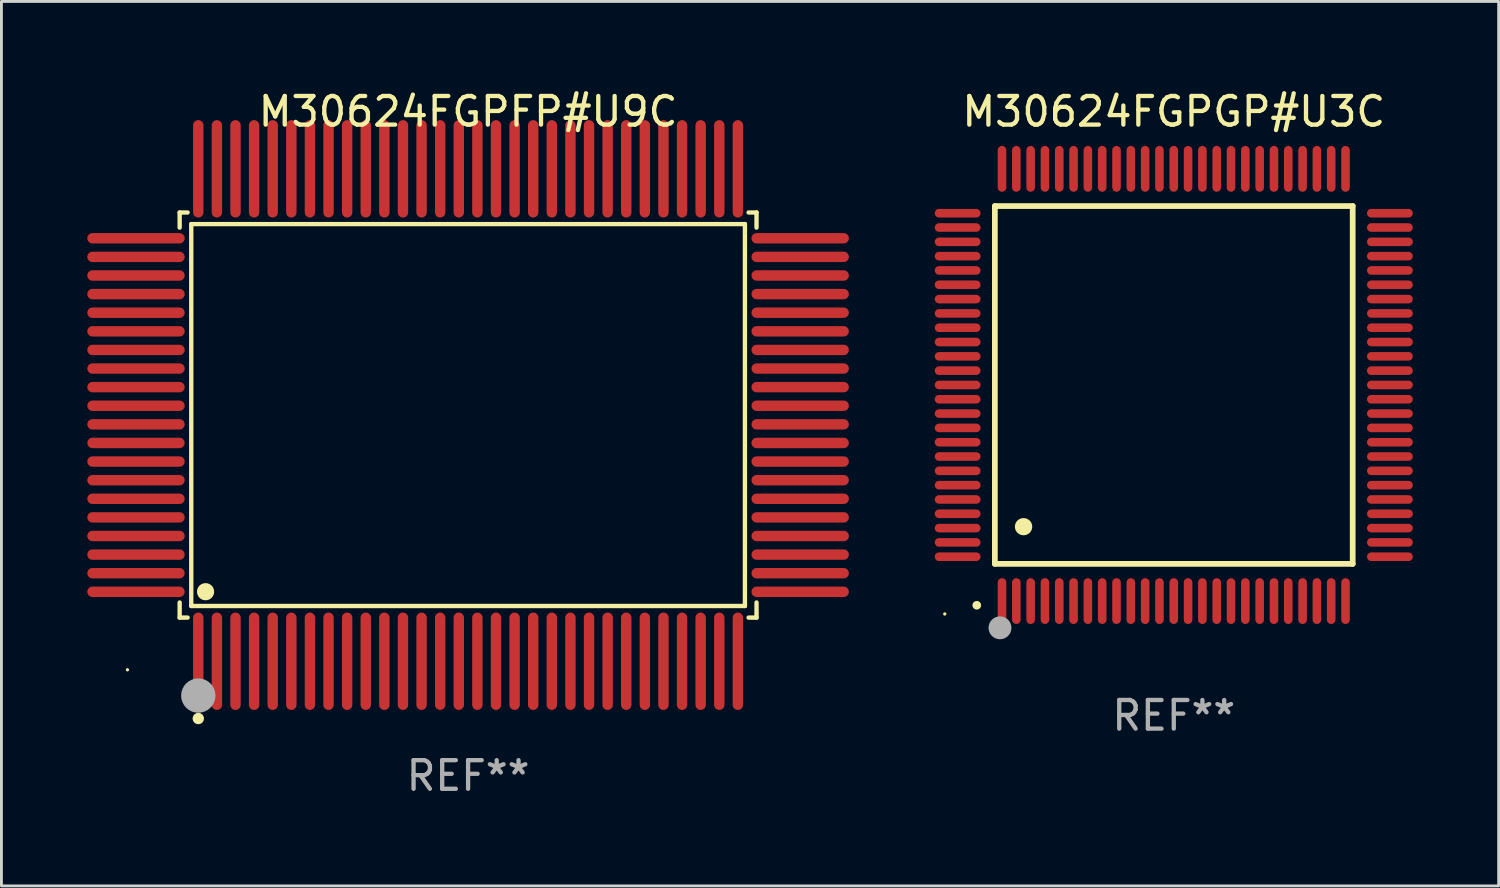
<source format=kicad_pcb>
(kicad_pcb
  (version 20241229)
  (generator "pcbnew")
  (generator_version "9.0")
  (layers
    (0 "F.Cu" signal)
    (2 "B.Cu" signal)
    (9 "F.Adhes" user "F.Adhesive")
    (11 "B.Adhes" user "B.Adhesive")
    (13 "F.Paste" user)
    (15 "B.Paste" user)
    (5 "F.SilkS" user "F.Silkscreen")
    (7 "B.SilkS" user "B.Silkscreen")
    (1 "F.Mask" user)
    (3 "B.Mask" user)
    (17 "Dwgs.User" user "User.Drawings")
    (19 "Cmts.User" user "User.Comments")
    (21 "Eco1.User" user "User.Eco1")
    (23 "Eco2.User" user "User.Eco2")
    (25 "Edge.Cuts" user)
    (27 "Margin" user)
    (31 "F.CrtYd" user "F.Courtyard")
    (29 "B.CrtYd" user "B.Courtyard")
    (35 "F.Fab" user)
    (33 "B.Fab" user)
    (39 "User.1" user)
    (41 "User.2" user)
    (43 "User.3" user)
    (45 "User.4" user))
  (footprint "M30624FGPGP#U3C"
    (layer "F.Cu")
    (at 37.954 10.398)
    (property "Reference" "M30624FGPGP#U3C" (at 0 -9.55 0) (layer "F.SilkS") (effects (font (size 1 1) (thickness 0.15))))
    (attr through_hole)
    (fp_line (start -6.25 -6.25) (end -6.25 6.25) (stroke (width 0.2) (type solid)) (layer "F.SilkS"))
    (fp_line (start -6.25 6.25) (end 6.25 6.25) (stroke (width 0.2) (type solid)) (layer "F.SilkS"))
    (fp_line (start 6.25 -6.25) (end -6.25 -6.25) (stroke (width 0.2) (type solid)) (layer "F.SilkS"))
    (fp_line (start 6.25 6.25) (end 6.25 -6.25) (stroke (width 0.2) (type solid)) (layer "F.SilkS"))
    (fp_arc (start -6.883414 7.696215) (mid -6.882144 7.69621) (end -6.880874 7.696215) (stroke (width 0.3) (type solid)) (layer "F.SilkS"))
    (fp_arc (start -5.250191 4.95047) (mid -5.247651 4.950459) (end -5.245111 4.95047) (stroke (width 0.6) (type solid)) (layer "F.SilkS"))
    (fp_circle (center -8 8) (end -7.97 8) (stroke (width 0.06) (type solid)) (fill no) (layer "F.SilkS"))
    (fp_circle (center -6.071 8.484) (end -5.871 8.484) (stroke (width 0.4) (type solid)) (fill no) (layer "F.Fab"))
    (fp_text user "REF**" (at 0 11.55 0) (layer "F.Fab") (effects (font (size 1 1) (thickness 0.15))))
    (pad "1" smd oval (at -6 7.55) (size 0.3 1.6) (layers "F.Cu" "F.Mask" "F.Paste"))
    (pad "2" smd oval (at -5.5 7.55) (size 0.3 1.6) (layers "F.Cu" "F.Mask" "F.Paste"))
    (pad "3" smd oval (at -5 7.55) (size 0.3 1.6) (layers "F.Cu" "F.Mask" "F.Paste"))
    (pad "4" smd oval (at -4.5 7.55) (size 0.3 1.6) (layers "F.Cu" "F.Mask" "F.Paste"))
    (pad "5" smd oval (at -4 7.55) (size 0.3 1.6) (layers "F.Cu" "F.Mask" "F.Paste"))
    (pad "6" smd oval (at -3.5 7.55) (size 0.3 1.6) (layers "F.Cu" "F.Mask" "F.Paste"))
    (pad "7" smd oval (at -3 7.55) (size 0.3 1.6) (layers "F.Cu" "F.Mask" "F.Paste"))
    (pad "8" smd oval (at -2.5 7.55) (size 0.3 1.6) (layers "F.Cu" "F.Mask" "F.Paste"))
    (pad "9" smd oval (at -2 7.55) (size 0.3 1.6) (layers "F.Cu" "F.Mask" "F.Paste"))
    (pad "10" smd oval (at -1.5 7.55) (size 0.3 1.6) (layers "F.Cu" "F.Mask" "F.Paste"))
    (pad "11" smd oval (at -1 7.55) (size 0.3 1.6) (layers "F.Cu" "F.Mask" "F.Paste"))
    (pad "12" smd oval (at -0.5 7.55) (size 0.3 1.6) (layers "F.Cu" "F.Mask" "F.Paste"))
    (pad "13" smd oval (at 0 7.55) (size 0.3 1.6) (layers "F.Cu" "F.Mask" "F.Paste"))
    (pad "14" smd oval (at 0.5 7.55) (size 0.3 1.6) (layers "F.Cu" "F.Mask" "F.Paste"))
    (pad "15" smd oval (at 1 7.55) (size 0.3 1.6) (layers "F.Cu" "F.Mask" "F.Paste"))
    (pad "16" smd oval (at 1.5 7.55) (size 0.3 1.6) (layers "F.Cu" "F.Mask" "F.Paste"))
    (pad "17" smd oval (at 2 7.55) (size 0.3 1.6) (layers "F.Cu" "F.Mask" "F.Paste"))
    (pad "18" smd oval (at 2.5 7.55) (size 0.3 1.6) (layers "F.Cu" "F.Mask" "F.Paste"))
    (pad "19" smd oval (at 3 7.55) (size 0.3 1.6) (layers "F.Cu" "F.Mask" "F.Paste"))
    (pad "20" smd oval (at 3.5 7.55) (size 0.3 1.6) (layers "F.Cu" "F.Mask" "F.Paste"))
    (pad "21" smd oval (at 4 7.55) (size 0.3 1.6) (layers "F.Cu" "F.Mask" "F.Paste"))
    (pad "22" smd oval (at 4.5 7.55) (size 0.3 1.6) (layers "F.Cu" "F.Mask" "F.Paste"))
    (pad "23" smd oval (at 5 7.55) (size 0.3 1.6) (layers "F.Cu" "F.Mask" "F.Paste"))
    (pad "24" smd oval (at 5.5 7.55) (size 0.3 1.6) (layers "F.Cu" "F.Mask" "F.Paste"))
    (pad "25" smd oval (at 6 7.55) (size 0.3 1.6) (layers "F.Cu" "F.Mask" "F.Paste"))
    (pad "26" smd oval (at 7.55 6) (size 1.6 0.3) (layers "F.Cu" "F.Mask" "F.Paste"))
    (pad "27" smd oval (at 7.55 5.5) (size 1.6 0.3) (layers "F.Cu" "F.Mask" "F.Paste"))
    (pad "28" smd oval (at 7.55 5) (size 1.6 0.3) (layers "F.Cu" "F.Mask" "F.Paste"))
    (pad "29" smd oval (at 7.55 4.5) (size 1.6 0.3) (layers "F.Cu" "F.Mask" "F.Paste"))
    (pad "30" smd oval (at 7.55 4) (size 1.6 0.3) (layers "F.Cu" "F.Mask" "F.Paste"))
    (pad "31" smd oval (at 7.55 3.5) (size 1.6 0.3) (layers "F.Cu" "F.Mask" "F.Paste"))
    (pad "32" smd oval (at 7.55 3) (size 1.6 0.3) (layers "F.Cu" "F.Mask" "F.Paste"))
    (pad "33" smd oval (at 7.55 2.5) (size 1.6 0.3) (layers "F.Cu" "F.Mask" "F.Paste"))
    (pad "34" smd oval (at 7.55 2) (size 1.6 0.3) (layers "F.Cu" "F.Mask" "F.Paste"))
    (pad "35" smd oval (at 7.55 1.5) (size 1.6 0.3) (layers "F.Cu" "F.Mask" "F.Paste"))
    (pad "36" smd oval (at 7.55 1) (size 1.6 0.3) (layers "F.Cu" "F.Mask" "F.Paste"))
    (pad "37" smd oval (at 7.55 0.5) (size 1.6 0.3) (layers "F.Cu" "F.Mask" "F.Paste"))
    (pad "38" smd oval (at 7.55 0) (size 1.6 0.3) (layers "F.Cu" "F.Mask" "F.Paste"))
    (pad "39" smd oval (at 7.55 -0.5) (size 1.6 0.3) (layers "F.Cu" "F.Mask" "F.Paste"))
    (pad "40" smd oval (at 7.55 -1) (size 1.6 0.3) (layers "F.Cu" "F.Mask" "F.Paste"))
    (pad "41" smd oval (at 7.55 -1.5) (size 1.6 0.3) (layers "F.Cu" "F.Mask" "F.Paste"))
    (pad "42" smd oval (at 7.55 -2) (size 1.6 0.3) (layers "F.Cu" "F.Mask" "F.Paste"))
    (pad "43" smd oval (at 7.55 -2.5) (size 1.6 0.3) (layers "F.Cu" "F.Mask" "F.Paste"))
    (pad "44" smd oval (at 7.55 -3) (size 1.6 0.3) (layers "F.Cu" "F.Mask" "F.Paste"))
    (pad "45" smd oval (at 7.55 -3.5) (size 1.6 0.3) (layers "F.Cu" "F.Mask" "F.Paste"))
    (pad "46" smd oval (at 7.55 -4) (size 1.6 0.3) (layers "F.Cu" "F.Mask" "F.Paste"))
    (pad "47" smd oval (at 7.55 -4.5) (size 1.6 0.3) (layers "F.Cu" "F.Mask" "F.Paste"))
    (pad "48" smd oval (at 7.55 -5) (size 1.6 0.3) (layers "F.Cu" "F.Mask" "F.Paste"))
    (pad "49" smd oval (at 7.55 -5.5) (size 1.6 0.3) (layers "F.Cu" "F.Mask" "F.Paste"))
    (pad "50" smd oval (at 7.55 -6) (size 1.6 0.3) (layers "F.Cu" "F.Mask" "F.Paste"))
    (pad "51" smd oval (at 6 -7.55) (size 0.3 1.6) (layers "F.Cu" "F.Mask" "F.Paste"))
    (pad "52" smd oval (at 5.5 -7.55) (size 0.3 1.6) (layers "F.Cu" "F.Mask" "F.Paste"))
    (pad "53" smd oval (at 5 -7.55) (size 0.3 1.6) (layers "F.Cu" "F.Mask" "F.Paste"))
    (pad "54" smd oval (at 4.5 -7.55) (size 0.3 1.6) (layers "F.Cu" "F.Mask" "F.Paste"))
    (pad "55" smd oval (at 4 -7.55) (size 0.3 1.6) (layers "F.Cu" "F.Mask" "F.Paste"))
    (pad "56" smd oval (at 3.5 -7.55) (size 0.3 1.6) (layers "F.Cu" "F.Mask" "F.Paste"))
    (pad "57" smd oval (at 3 -7.55) (size 0.3 1.6) (layers "F.Cu" "F.Mask" "F.Paste"))
    (pad "58" smd oval (at 2.5 -7.55) (size 0.3 1.6) (layers "F.Cu" "F.Mask" "F.Paste"))
    (pad "59" smd oval (at 2 -7.55) (size 0.3 1.6) (layers "F.Cu" "F.Mask" "F.Paste"))
    (pad "60" smd oval (at 1.5 -7.55) (size 0.3 1.6) (layers "F.Cu" "F.Mask" "F.Paste"))
    (pad "61" smd oval (at 1 -7.55) (size 0.3 1.6) (layers "F.Cu" "F.Mask" "F.Paste"))
    (pad "62" smd oval (at 0.5 -7.55) (size 0.3 1.6) (layers "F.Cu" "F.Mask" "F.Paste"))
    (pad "63" smd oval (at 0 -7.55) (size 0.3 1.6) (layers "F.Cu" "F.Mask" "F.Paste"))
    (pad "64" smd oval (at -0.5 -7.55) (size 0.3 1.6) (layers "F.Cu" "F.Mask" "F.Paste"))
    (pad "65" smd oval (at -1 -7.55) (size 0.3 1.6) (layers "F.Cu" "F.Mask" "F.Paste"))
    (pad "66" smd oval (at -1.5 -7.55) (size 0.3 1.6) (layers "F.Cu" "F.Mask" "F.Paste"))
    (pad "67" smd oval (at -2 -7.55) (size 0.3 1.6) (layers "F.Cu" "F.Mask" "F.Paste"))
    (pad "68" smd oval (at -2.5 -7.55) (size 0.3 1.6) (layers "F.Cu" "F.Mask" "F.Paste"))
    (pad "69" smd oval (at -3 -7.55) (size 0.3 1.6) (layers "F.Cu" "F.Mask" "F.Paste"))
    (pad "70" smd oval (at -3.5 -7.55) (size 0.3 1.6) (layers "F.Cu" "F.Mask" "F.Paste"))
    (pad "71" smd oval (at -4 -7.55) (size 0.3 1.6) (layers "F.Cu" "F.Mask" "F.Paste"))
    (pad "72" smd oval (at -4.5 -7.55) (size 0.3 1.6) (layers "F.Cu" "F.Mask" "F.Paste"))
    (pad "73" smd oval (at -5 -7.55) (size 0.3 1.6) (layers "F.Cu" "F.Mask" "F.Paste"))
    (pad "74" smd oval (at -5.5 -7.55) (size 0.3 1.6) (layers "F.Cu" "F.Mask" "F.Paste"))
    (pad "75" smd oval (at -6 -7.55) (size 0.3 1.6) (layers "F.Cu" "F.Mask" "F.Paste"))
    (pad "76" smd oval (at -7.55 -6) (size 1.6 0.3) (layers "F.Cu" "F.Mask" "F.Paste"))
    (pad "77" smd oval (at -7.55 -5.5) (size 1.6 0.3) (layers "F.Cu" "F.Mask" "F.Paste"))
    (pad "78" smd oval (at -7.55 -5) (size 1.6 0.3) (layers "F.Cu" "F.Mask" "F.Paste"))
    (pad "79" smd oval (at -7.55 -4.5) (size 1.6 0.3) (layers "F.Cu" "F.Mask" "F.Paste"))
    (pad "80" smd oval (at -7.55 -4) (size 1.6 0.3) (layers "F.Cu" "F.Mask" "F.Paste"))
    (pad "81" smd oval (at -7.55 -3.5) (size 1.6 0.3) (layers "F.Cu" "F.Mask" "F.Paste"))
    (pad "82" smd oval (at -7.55 -3) (size 1.6 0.3) (layers "F.Cu" "F.Mask" "F.Paste"))
    (pad "83" smd oval (at -7.55 -2.5) (size 1.6 0.3) (layers "F.Cu" "F.Mask" "F.Paste"))
    (pad "84" smd oval (at -7.55 -2) (size 1.6 0.3) (layers "F.Cu" "F.Mask" "F.Paste"))
    (pad "85" smd oval (at -7.55 -1.5) (size 1.6 0.3) (layers "F.Cu" "F.Mask" "F.Paste"))
    (pad "86" smd oval (at -7.55 -1) (size 1.6 0.3) (layers "F.Cu" "F.Mask" "F.Paste"))
    (pad "87" smd oval (at -7.55 -0.5) (size 1.6 0.3) (layers "F.Cu" "F.Mask" "F.Paste"))
    (pad "88" smd oval (at -7.55 0) (size 1.6 0.3) (layers "F.Cu" "F.Mask" "F.Paste"))
    (pad "89" smd oval (at -7.55 0.5) (size 1.6 0.3) (layers "F.Cu" "F.Mask" "F.Paste"))
    (pad "90" smd oval (at -7.55 1) (size 1.6 0.3) (layers "F.Cu" "F.Mask" "F.Paste"))
    (pad "91" smd oval (at -7.55 1.5) (size 1.6 0.3) (layers "F.Cu" "F.Mask" "F.Paste"))
    (pad "92" smd oval (at -7.55 2) (size 1.6 0.3) (layers "F.Cu" "F.Mask" "F.Paste"))
    (pad "93" smd oval (at -7.55 2.5) (size 1.6 0.3) (layers "F.Cu" "F.Mask" "F.Paste"))
    (pad "94" smd oval (at -7.55 3) (size 1.6 0.3) (layers "F.Cu" "F.Mask" "F.Paste"))
    (pad "95" smd oval (at -7.55 3.5) (size 1.6 0.3) (layers "F.Cu" "F.Mask" "F.Paste"))
    (pad "96" smd oval (at -7.55 4) (size 1.6 0.3) (layers "F.Cu" "F.Mask" "F.Paste"))
    (pad "97" smd oval (at -7.55 4.5) (size 1.6 0.3) (layers "F.Cu" "F.Mask" "F.Paste"))
    (pad "98" smd oval (at -7.55 5) (size 1.6 0.3) (layers "F.Cu" "F.Mask" "F.Paste"))
    (pad "99" smd oval (at -7.55 5.5) (size 1.6 0.3) (layers "F.Cu" "F.Mask" "F.Paste"))
    (pad "100" smd oval (at -7.55 6) (size 1.6 0.3) (layers "F.Cu" "F.Mask" "F.Paste")))
  (footprint "M30624FGPFP#U9C"
    (layer "F.Cu")
    (at 13.302 11.449)
    (property "Reference" "M30624FGPFP#U9C" (at 0 -10.601 0) (layer "F.SilkS") (effects (font (size 1 1) (thickness 0.15))))
    (attr through_hole)
    (fp_line (start -10.076 -7.076) (end -9.798 -7.076) (stroke (width 0.152) (type solid)) (layer "F.SilkS"))
    (fp_line (start -10.076 -6.548) (end -10.076 -7.076) (stroke (width 0.152) (type solid)) (layer "F.SilkS"))
    (fp_line (start -10.076 6.548) (end -10.076 7.076) (stroke (width 0.152) (type solid)) (layer "F.SilkS"))
    (fp_line (start -10.076 7.076) (end -9.798 7.076) (stroke (width 0.152) (type solid)) (layer "F.SilkS"))
    (fp_line (start -9.671 -6.671) (end 9.671 -6.671) (stroke (width 0.152) (type solid)) (layer "F.SilkS"))
    (fp_line (start -9.671 6.671) (end -9.671 -6.671) (stroke (width 0.152) (type solid)) (layer "F.SilkS"))
    (fp_line (start 9.671 -6.671) (end 9.671 6.671) (stroke (width 0.152) (type solid)) (layer "F.SilkS"))
    (fp_line (start 9.671 6.671) (end -9.671 6.671) (stroke (width 0.152) (type solid)) (layer "F.SilkS"))
    (fp_line (start 10.076 -7.076) (end 9.798 -7.076) (stroke (width 0.152) (type solid)) (layer "F.SilkS"))
    (fp_line (start 10.076 -6.548) (end 10.076 -7.076) (stroke (width 0.152) (type solid)) (layer "F.SilkS"))
    (fp_line (start 10.076 6.548) (end 10.076 7.076) (stroke (width 0.152) (type solid)) (layer "F.SilkS"))
    (fp_line (start 10.076 7.076) (end 9.798 7.076) (stroke (width 0.152) (type solid)) (layer "F.SilkS"))
    (fp_circle (center -11.9 8.9) (end -11.87 8.9) (stroke (width 0.06) (type solid)) (fill no) (layer "F.SilkS"))
    (fp_circle (center -9.425 10.602) (end -9.325 10.602) (stroke (width 0.2) (type solid)) (fill no) (layer "F.SilkS"))
    (fp_circle (center -9.171 6.171) (end -9.021 6.171) (stroke (width 0.3) (type solid)) (fill no) (layer "F.SilkS"))
    (fp_circle (center -9.425 9.8) (end -9.125 9.8) (stroke (width 0.6) (type solid)) (fill no) (layer "F.Fab"))
    (fp_text user "REF**" (at 0 12.601 0) (layer "F.Fab") (effects (font (size 1 1) (thickness 0.15))))
    (pad "1" smd oval (at -9.425 8.601) (size 0.364 3.402) (layers "F.Cu" "F.Mask" "F.Paste"))
    (pad "2" smd oval (at -8.775 8.601) (size 0.364 3.402) (layers "F.Cu" "F.Mask" "F.Paste"))
    (pad "3" smd oval (at -8.125 8.601) (size 0.364 3.402) (layers "F.Cu" "F.Mask" "F.Paste"))
    (pad "4" smd oval (at -7.475 8.601) (size 0.364 3.402) (layers "F.Cu" "F.Mask" "F.Paste"))
    (pad "5" smd oval (at -6.825 8.601) (size 0.364 3.402) (layers "F.Cu" "F.Mask" "F.Paste"))
    (pad "6" smd oval (at -6.175 8.601) (size 0.364 3.402) (layers "F.Cu" "F.Mask" "F.Paste"))
    (pad "7" smd oval (at -5.525 8.601) (size 0.364 3.402) (layers "F.Cu" "F.Mask" "F.Paste"))
    (pad "8" smd oval (at -4.875 8.601) (size 0.364 3.402) (layers "F.Cu" "F.Mask" "F.Paste"))
    (pad "9" smd oval (at -4.225 8.601) (size 0.364 3.402) (layers "F.Cu" "F.Mask" "F.Paste"))
    (pad "10" smd oval (at -3.575 8.601) (size 0.364 3.402) (layers "F.Cu" "F.Mask" "F.Paste"))
    (pad "11" smd oval (at -2.925 8.601) (size 0.364 3.402) (layers "F.Cu" "F.Mask" "F.Paste"))
    (pad "12" smd oval (at -2.275 8.601) (size 0.364 3.402) (layers "F.Cu" "F.Mask" "F.Paste"))
    (pad "13" smd oval (at -1.625 8.601) (size 0.364 3.402) (layers "F.Cu" "F.Mask" "F.Paste"))
    (pad "14" smd oval (at -0.975 8.601) (size 0.364 3.402) (layers "F.Cu" "F.Mask" "F.Paste"))
    (pad "15" smd oval (at -0.325 8.601) (size 0.364 3.402) (layers "F.Cu" "F.Mask" "F.Paste"))
    (pad "16" smd oval (at 0.325 8.601) (size 0.364 3.402) (layers "F.Cu" "F.Mask" "F.Paste"))
    (pad "17" smd oval (at 0.975 8.601) (size 0.364 3.402) (layers "F.Cu" "F.Mask" "F.Paste"))
    (pad "18" smd oval (at 1.625 8.601) (size 0.364 3.402) (layers "F.Cu" "F.Mask" "F.Paste"))
    (pad "19" smd oval (at 2.275 8.601) (size 0.364 3.402) (layers "F.Cu" "F.Mask" "F.Paste"))
    (pad "20" smd oval (at 2.925 8.601) (size 0.364 3.402) (layers "F.Cu" "F.Mask" "F.Paste"))
    (pad "21" smd oval (at 3.575 8.601) (size 0.364 3.402) (layers "F.Cu" "F.Mask" "F.Paste"))
    (pad "22" smd oval (at 4.225 8.601) (size 0.364 3.402) (layers "F.Cu" "F.Mask" "F.Paste"))
    (pad "23" smd oval (at 4.875 8.601) (size 0.364 3.402) (layers "F.Cu" "F.Mask" "F.Paste"))
    (pad "24" smd oval (at 5.525 8.601) (size 0.364 3.402) (layers "F.Cu" "F.Mask" "F.Paste"))
    (pad "25" smd oval (at 6.175 8.601) (size 0.364 3.402) (layers "F.Cu" "F.Mask" "F.Paste"))
    (pad "26" smd oval (at 6.825 8.601) (size 0.364 3.402) (layers "F.Cu" "F.Mask" "F.Paste"))
    (pad "27" smd oval (at 7.475 8.601) (size 0.364 3.402) (layers "F.Cu" "F.Mask" "F.Paste"))
    (pad "28" smd oval (at 8.125 8.601) (size 0.364 3.402) (layers "F.Cu" "F.Mask" "F.Paste"))
    (pad "29" smd oval (at 8.775 8.601) (size 0.364 3.402) (layers "F.Cu" "F.Mask" "F.Paste"))
    (pad "30" smd oval (at 9.425 8.601) (size 0.364 3.402) (layers "F.Cu" "F.Mask" "F.Paste"))
    (pad "31" smd oval (at 11.601 6.175) (size 3.402 0.364) (layers "F.Cu" "F.Mask" "F.Paste"))
    (pad "32" smd oval (at 11.601 5.525) (size 3.402 0.364) (layers "F.Cu" "F.Mask" "F.Paste"))
    (pad "33" smd oval (at 11.601 4.875) (size 3.402 0.364) (layers "F.Cu" "F.Mask" "F.Paste"))
    (pad "34" smd oval (at 11.601 4.225) (size 3.402 0.364) (layers "F.Cu" "F.Mask" "F.Paste"))
    (pad "35" smd oval (at 11.601 3.575) (size 3.402 0.364) (layers "F.Cu" "F.Mask" "F.Paste"))
    (pad "36" smd oval (at 11.601 2.925) (size 3.402 0.364) (layers "F.Cu" "F.Mask" "F.Paste"))
    (pad "37" smd oval (at 11.601 2.275) (size 3.402 0.364) (layers "F.Cu" "F.Mask" "F.Paste"))
    (pad "38" smd oval (at 11.601 1.625) (size 3.402 0.364) (layers "F.Cu" "F.Mask" "F.Paste"))
    (pad "39" smd oval (at 11.601 0.975) (size 3.402 0.364) (layers "F.Cu" "F.Mask" "F.Paste"))
    (pad "40" smd oval (at 11.601 0.325) (size 3.402 0.364) (layers "F.Cu" "F.Mask" "F.Paste"))
    (pad "41" smd oval (at 11.601 -0.325) (size 3.402 0.364) (layers "F.Cu" "F.Mask" "F.Paste"))
    (pad "42" smd oval (at 11.601 -0.975) (size 3.402 0.364) (layers "F.Cu" "F.Mask" "F.Paste"))
    (pad "43" smd oval (at 11.601 -1.625) (size 3.402 0.364) (layers "F.Cu" "F.Mask" "F.Paste"))
    (pad "44" smd oval (at 11.601 -2.275) (size 3.402 0.364) (layers "F.Cu" "F.Mask" "F.Paste"))
    (pad "45" smd oval (at 11.601 -2.925) (size 3.402 0.364) (layers "F.Cu" "F.Mask" "F.Paste"))
    (pad "46" smd oval (at 11.601 -3.575) (size 3.402 0.364) (layers "F.Cu" "F.Mask" "F.Paste"))
    (pad "47" smd oval (at 11.601 -4.225) (size 3.402 0.364) (layers "F.Cu" "F.Mask" "F.Paste"))
    (pad "48" smd oval (at 11.601 -4.875) (size 3.402 0.364) (layers "F.Cu" "F.Mask" "F.Paste"))
    (pad "49" smd oval (at 11.601 -5.525) (size 3.402 0.364) (layers "F.Cu" "F.Mask" "F.Paste"))
    (pad "50" smd oval (at 11.601 -6.175) (size 3.402 0.364) (layers "F.Cu" "F.Mask" "F.Paste"))
    (pad "51" smd oval (at 9.425 -8.601) (size 0.364 3.402) (layers "F.Cu" "F.Mask" "F.Paste"))
    (pad "52" smd oval (at 8.775 -8.601) (size 0.364 3.402) (layers "F.Cu" "F.Mask" "F.Paste"))
    (pad "53" smd oval (at 8.125 -8.601) (size 0.364 3.402) (layers "F.Cu" "F.Mask" "F.Paste"))
    (pad "54" smd oval (at 7.475 -8.601) (size 0.364 3.402) (layers "F.Cu" "F.Mask" "F.Paste"))
    (pad "55" smd oval (at 6.825 -8.601) (size 0.364 3.402) (layers "F.Cu" "F.Mask" "F.Paste"))
    (pad "56" smd oval (at 6.175 -8.601) (size 0.364 3.402) (layers "F.Cu" "F.Mask" "F.Paste"))
    (pad "57" smd oval (at 5.525 -8.601) (size 0.364 3.402) (layers "F.Cu" "F.Mask" "F.Paste"))
    (pad "58" smd oval (at 4.875 -8.601) (size 0.364 3.402) (layers "F.Cu" "F.Mask" "F.Paste"))
    (pad "59" smd oval (at 4.225 -8.601) (size 0.364 3.402) (layers "F.Cu" "F.Mask" "F.Paste"))
    (pad "60" smd oval (at 3.575 -8.601) (size 0.364 3.402) (layers "F.Cu" "F.Mask" "F.Paste"))
    (pad "61" smd oval (at 2.925 -8.601) (size 0.364 3.402) (layers "F.Cu" "F.Mask" "F.Paste"))
    (pad "62" smd oval (at 2.275 -8.601) (size 0.364 3.402) (layers "F.Cu" "F.Mask" "F.Paste"))
    (pad "63" smd oval (at 1.625 -8.601) (size 0.364 3.402) (layers "F.Cu" "F.Mask" "F.Paste"))
    (pad "64" smd oval (at 0.975 -8.601) (size 0.364 3.402) (layers "F.Cu" "F.Mask" "F.Paste"))
    (pad "65" smd oval (at 0.325 -8.601) (size 0.364 3.402) (layers "F.Cu" "F.Mask" "F.Paste"))
    (pad "66" smd oval (at -0.325 -8.601) (size 0.364 3.402) (layers "F.Cu" "F.Mask" "F.Paste"))
    (pad "67" smd oval (at -0.975 -8.601) (size 0.364 3.402) (layers "F.Cu" "F.Mask" "F.Paste"))
    (pad "68" smd oval (at -1.625 -8.601) (size 0.364 3.402) (layers "F.Cu" "F.Mask" "F.Paste"))
    (pad "69" smd oval (at -2.275 -8.601) (size 0.364 3.402) (layers "F.Cu" "F.Mask" "F.Paste"))
    (pad "70" smd oval (at -2.925 -8.601) (size 0.364 3.402) (layers "F.Cu" "F.Mask" "F.Paste"))
    (pad "71" smd oval (at -3.575 -8.601) (size 0.364 3.402) (layers "F.Cu" "F.Mask" "F.Paste"))
    (pad "72" smd oval (at -4.225 -8.601) (size 0.364 3.402) (layers "F.Cu" "F.Mask" "F.Paste"))
    (pad "73" smd oval (at -4.875 -8.601) (size 0.364 3.402) (layers "F.Cu" "F.Mask" "F.Paste"))
    (pad "74" smd oval (at -5.525 -8.601) (size 0.364 3.402) (layers "F.Cu" "F.Mask" "F.Paste"))
    (pad "75" smd oval (at -6.175 -8.601) (size 0.364 3.402) (layers "F.Cu" "F.Mask" "F.Paste"))
    (pad "76" smd oval (at -6.825 -8.601) (size 0.364 3.402) (layers "F.Cu" "F.Mask" "F.Paste"))
    (pad "77" smd oval (at -7.475 -8.601) (size 0.364 3.402) (layers "F.Cu" "F.Mask" "F.Paste"))
    (pad "78" smd oval (at -8.125 -8.601) (size 0.364 3.402) (layers "F.Cu" "F.Mask" "F.Paste"))
    (pad "79" smd oval (at -8.775 -8.601) (size 0.364 3.402) (layers "F.Cu" "F.Mask" "F.Paste"))
    (pad "80" smd oval (at -9.425 -8.601) (size 0.364 3.402) (layers "F.Cu" "F.Mask" "F.Paste"))
    (pad "81" smd oval (at -11.601 -6.175) (size 3.402 0.364) (layers "F.Cu" "F.Mask" "F.Paste"))
    (pad "82" smd oval (at -11.601 -5.525) (size 3.402 0.364) (layers "F.Cu" "F.Mask" "F.Paste"))
    (pad "83" smd oval (at -11.601 -4.875) (size 3.402 0.364) (layers "F.Cu" "F.Mask" "F.Paste"))
    (pad "84" smd oval (at -11.601 -4.225) (size 3.402 0.364) (layers "F.Cu" "F.Mask" "F.Paste"))
    (pad "85" smd oval (at -11.601 -3.575) (size 3.402 0.364) (layers "F.Cu" "F.Mask" "F.Paste"))
    (pad "86" smd oval (at -11.601 -2.925) (size 3.402 0.364) (layers "F.Cu" "F.Mask" "F.Paste"))
    (pad "87" smd oval (at -11.601 -2.275) (size 3.402 0.364) (layers "F.Cu" "F.Mask" "F.Paste"))
    (pad "88" smd oval (at -11.601 -1.625) (size 3.402 0.364) (layers "F.Cu" "F.Mask" "F.Paste"))
    (pad "89" smd oval (at -11.601 -0.975) (size 3.402 0.364) (layers "F.Cu" "F.Mask" "F.Paste"))
    (pad "90" smd oval (at -11.601 -0.325) (size 3.402 0.364) (layers "F.Cu" "F.Mask" "F.Paste"))
    (pad "91" smd oval (at -11.601 0.325) (size 3.402 0.364) (layers "F.Cu" "F.Mask" "F.Paste"))
    (pad "92" smd oval (at -11.601 0.975) (size 3.402 0.364) (layers "F.Cu" "F.Mask" "F.Paste"))
    (pad "93" smd oval (at -11.601 1.625) (size 3.402 0.364) (layers "F.Cu" "F.Mask" "F.Paste"))
    (pad "94" smd oval (at -11.601 2.275) (size 3.402 0.364) (layers "F.Cu" "F.Mask" "F.Paste"))
    (pad "95" smd oval (at -11.601 2.925) (size 3.402 0.364) (layers "F.Cu" "F.Mask" "F.Paste"))
    (pad "96" smd oval (at -11.601 3.575) (size 3.402 0.364) (layers "F.Cu" "F.Mask" "F.Paste"))
    (pad "97" smd oval (at -11.601 4.225) (size 3.402 0.364) (layers "F.Cu" "F.Mask" "F.Paste"))
    (pad "98" smd oval (at -11.601 4.875) (size 3.402 0.364) (layers "F.Cu" "F.Mask" "F.Paste"))
    (pad "99" smd oval (at -11.601 5.525) (size 3.402 0.364) (layers "F.Cu" "F.Mask" "F.Paste"))
    (pad "100" smd oval (at -11.601 6.175) (size 3.402 0.364) (layers "F.Cu" "F.Mask" "F.Paste")))
  (gr_rect
    (start -3 -3)
    (end 49.304 27.898)
    (stroke (width 0.1) (type default))
    (fill no)
    (layer "Edge.Cuts")))
</source>
